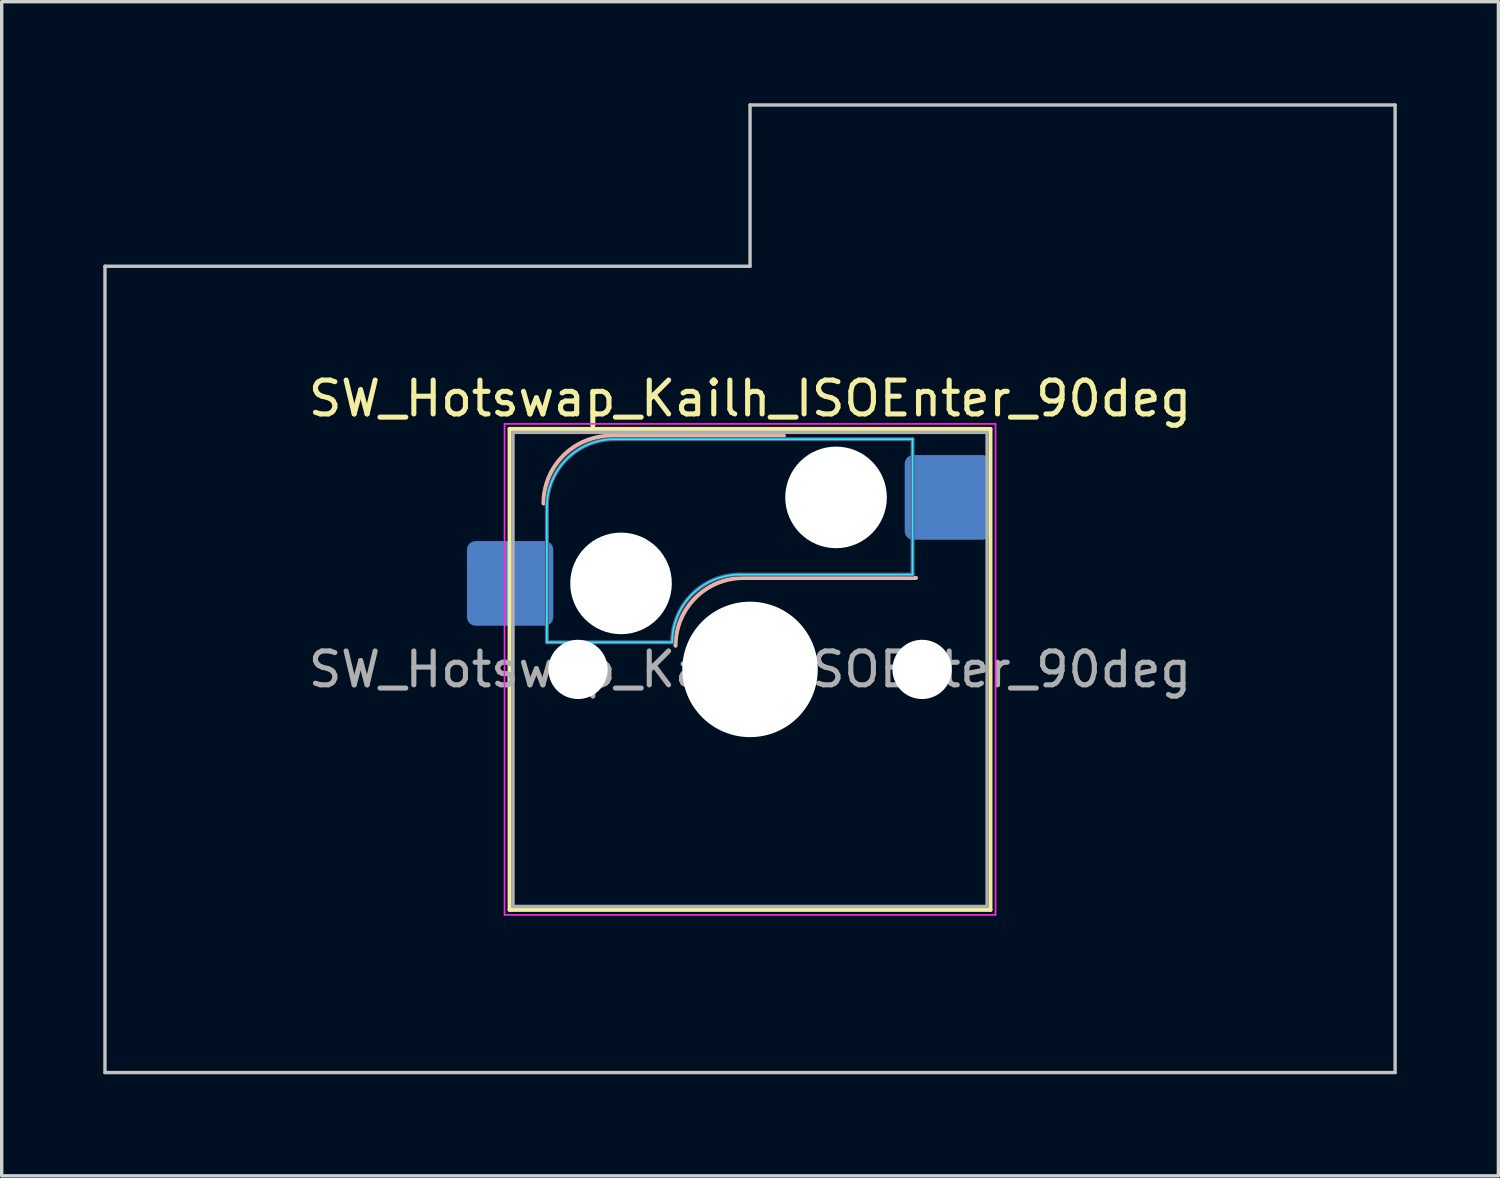
<source format=kicad_pcb>
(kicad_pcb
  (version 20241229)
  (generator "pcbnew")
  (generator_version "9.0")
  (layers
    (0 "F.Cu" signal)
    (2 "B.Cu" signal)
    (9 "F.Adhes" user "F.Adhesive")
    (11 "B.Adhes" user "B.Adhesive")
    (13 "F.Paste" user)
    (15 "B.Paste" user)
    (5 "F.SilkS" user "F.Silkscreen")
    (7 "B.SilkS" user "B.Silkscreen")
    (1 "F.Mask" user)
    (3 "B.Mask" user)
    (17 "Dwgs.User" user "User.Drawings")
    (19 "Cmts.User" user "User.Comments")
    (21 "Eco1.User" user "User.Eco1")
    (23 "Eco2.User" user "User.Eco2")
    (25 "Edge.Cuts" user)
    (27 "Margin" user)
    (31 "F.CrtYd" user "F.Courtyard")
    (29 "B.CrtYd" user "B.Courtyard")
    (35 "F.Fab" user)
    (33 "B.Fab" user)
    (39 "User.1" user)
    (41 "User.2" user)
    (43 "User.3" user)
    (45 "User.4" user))
  (footprint "SW_Hotswap_Kailh_ISOEnter_90deg"
    (layer "F.Cu")
    (at 19.1 16.719)
    (property "Reference" "SW_Hotswap_Kailh_ISOEnter_90deg" (at 0 -8 0) (layer "F.SilkS") (effects (font (size 1 1) (thickness 0.15))))
    (attr smd)
    (fp_line (start -7.1 -7.1) (end -7.1 7.1) (stroke (width 0.12) (type solid)) (layer "F.SilkS"))
    (fp_line (start -7.1 7.1) (end 7.1 7.1) (stroke (width 0.12) (type solid)) (layer "F.SilkS"))
    (fp_line (start 7.1 -7.1) (end -7.1 -7.1) (stroke (width 0.12) (type solid)) (layer "F.SilkS"))
    (fp_line (start 7.1 7.1) (end 7.1 -7.1) (stroke (width 0.12) (type solid)) (layer "F.SilkS"))
    (fp_line (start -4.1 -6.9) (end 1 -6.9) (stroke (width 0.12) (type solid)) (layer "B.SilkS"))
    (fp_line (start -0.2 -2.7) (end 4.9 -2.7) (stroke (width 0.12) (type solid)) (layer "B.SilkS"))
    (fp_arc (start -6.1 -4.9) (mid -5.514214 -6.314214) (end -4.1 -6.9) (stroke (width 0.12) (type solid)) (layer "B.SilkS"))
    (fp_arc (start -2.2 -0.7) (mid -1.614214 -2.114214) (end -0.2 -2.7) (stroke (width 0.12) (type solid)) (layer "B.SilkS"))
    (fp_line (start -19.05 -11.906) (end -19.05 11.906) (stroke (width 0.1) (type solid)) (layer "Dwgs.User"))
    (fp_line (start -19.05 11.906) (end 19.05 11.906) (stroke (width 0.1) (type solid)) (layer "Dwgs.User"))
    (fp_line (start 0 -16.669) (end 0 -11.906) (stroke (width 0.1) (type solid)) (layer "Dwgs.User"))
    (fp_line (start 0 -11.906) (end -19.05 -11.906) (stroke (width 0.1) (type solid)) (layer "Dwgs.User"))
    (fp_line (start 19.05 -16.669) (end 0 -16.669) (stroke (width 0.1) (type solid)) (layer "Dwgs.User"))
    (fp_line (start 19.05 11.906) (end 19.05 -16.669) (stroke (width 0.1) (type solid)) (layer "Dwgs.User"))
    (fp_line (start -7.8 -6) (end -7 -6) (stroke (width 0.1) (type solid)) (layer "Eco1.User"))
    (fp_line (start -7.8 -2.9) (end -7.8 -6) (stroke (width 0.1) (type solid)) (layer "Eco1.User"))
    (fp_line (start -7.8 2.9) (end -7 2.9) (stroke (width 0.1) (type solid)) (layer "Eco1.User"))
    (fp_line (start -7.8 6) (end -7.8 2.9) (stroke (width 0.1) (type solid)) (layer "Eco1.User"))
    (fp_line (start -7 -7) (end 7 -7) (stroke (width 0.1) (type solid)) (layer "Eco1.User"))
    (fp_line (start -7 -6) (end -7 -7) (stroke (width 0.1) (type solid)) (layer "Eco1.User"))
    (fp_line (start -7 -2.9) (end -7.8 -2.9) (stroke (width 0.1) (type solid)) (layer "Eco1.User"))
    (fp_line (start -7 2.9) (end -7 -2.9) (stroke (width 0.1) (type solid)) (layer "Eco1.User"))
    (fp_line (start -7 6) (end -7.8 6) (stroke (width 0.1) (type solid)) (layer "Eco1.User"))
    (fp_line (start -7 7) (end -7 6) (stroke (width 0.1) (type solid)) (layer "Eco1.User"))
    (fp_line (start 7 -7) (end 7 -6) (stroke (width 0.1) (type solid)) (layer "Eco1.User"))
    (fp_line (start 7 -6) (end 7.8 -6) (stroke (width 0.1) (type solid)) (layer "Eco1.User"))
    (fp_line (start 7 -2.9) (end 7 2.9) (stroke (width 0.1) (type solid)) (layer "Eco1.User"))
    (fp_line (start 7 2.9) (end 7.8 2.9) (stroke (width 0.1) (type solid)) (layer "Eco1.User"))
    (fp_line (start 7 6) (end 7 7) (stroke (width 0.1) (type solid)) (layer "Eco1.User"))
    (fp_line (start 7 7) (end -7 7) (stroke (width 0.1) (type solid)) (layer "Eco1.User"))
    (fp_line (start 7.8 -6) (end 7.8 -2.9) (stroke (width 0.1) (type solid)) (layer "Eco1.User"))
    (fp_line (start 7.8 -2.9) (end 7 -2.9) (stroke (width 0.1) (type solid)) (layer "Eco1.User"))
    (fp_line (start 7.8 2.9) (end 7.8 6) (stroke (width 0.1) (type solid)) (layer "Eco1.User"))
    (fp_line (start 7.8 6) (end 7 6) (stroke (width 0.1) (type solid)) (layer "Eco1.User"))
    (fp_line (start -6 -0.8) (end -6 -4.8) (stroke (width 0.05) (type solid)) (layer "B.CrtYd"))
    (fp_line (start -6 -0.8) (end -2.3 -0.8) (stroke (width 0.05) (type solid)) (layer "B.CrtYd"))
    (fp_line (start -4 -6.8) (end 4.8 -6.8) (stroke (width 0.05) (type solid)) (layer "B.CrtYd"))
    (fp_line (start -0.3 -2.8) (end 4.8 -2.8) (stroke (width 0.05) (type solid)) (layer "B.CrtYd"))
    (fp_line (start 4.8 -6.8) (end 4.8 -2.8) (stroke (width 0.05) (type solid)) (layer "B.CrtYd"))
    (fp_arc (start -6 -4.8) (mid -5.414214 -6.214214) (end -4 -6.8) (stroke (width 0.05) (type solid)) (layer "B.CrtYd"))
    (fp_arc (start -2.3 -0.8) (mid -1.714214 -2.214214) (end -0.3 -2.8) (stroke (width 0.05) (type solid)) (layer "B.CrtYd"))
    (fp_line (start -7.25 -7.25) (end -7.25 7.25) (stroke (width 0.05) (type solid)) (layer "F.CrtYd"))
    (fp_line (start -7.25 7.25) (end 7.25 7.25) (stroke (width 0.05) (type solid)) (layer "F.CrtYd"))
    (fp_line (start 7.25 -7.25) (end -7.25 -7.25) (stroke (width 0.05) (type solid)) (layer "F.CrtYd"))
    (fp_line (start 7.25 7.25) (end 7.25 -7.25) (stroke (width 0.05) (type solid)) (layer "F.CrtYd"))
    (fp_line (start -6 -0.8) (end -6 -4.8) (stroke (width 0.12) (type solid)) (layer "B.Fab"))
    (fp_line (start -6 -0.8) (end -2.3 -0.8) (stroke (width 0.12) (type solid)) (layer "B.Fab"))
    (fp_line (start -4 -6.8) (end 4.8 -6.8) (stroke (width 0.12) (type solid)) (layer "B.Fab"))
    (fp_line (start -0.3 -2.8) (end 4.8 -2.8) (stroke (width 0.12) (type solid)) (layer "B.Fab"))
    (fp_line (start 4.8 -6.8) (end 4.8 -2.8) (stroke (width 0.12) (type solid)) (layer "B.Fab"))
    (fp_arc (start -6 -4.8) (mid -5.414214 -6.214214) (end -4 -6.8) (stroke (width 0.12) (type solid)) (layer "B.Fab"))
    (fp_arc (start -2.3 -0.8) (mid -1.714214 -2.214214) (end -0.3 -2.8) (stroke (width 0.12) (type solid)) (layer "B.Fab"))
    (fp_line (start -7 -7) (end -7 7) (stroke (width 0.1) (type solid)) (layer "F.Fab"))
    (fp_line (start -7 7) (end 7 7) (stroke (width 0.1) (type solid)) (layer "F.Fab"))
    (fp_line (start 7 -7) (end -7 -7) (stroke (width 0.1) (type solid)) (layer "F.Fab"))
    (fp_line (start 7 7) (end 7 -7) (stroke (width 0.1) (type solid)) (layer "F.Fab"))
    (fp_text user "${REFERENCE}" (at 0 0 0) (layer "F.Fab") (effects (font (size 1 1) (thickness 0.15))))
    (pad "" np_thru_hole circle (at -5.08 0) (size 1.75 1.75) (drill 1.75) (layers "*.Cu" "*.Mask"))
    (pad "" np_thru_hole circle (at -3.81 -2.54) (size 3 3) (drill 3) (layers "*.Cu" "*.Mask"))
    (pad "" np_thru_hole circle (at 0 0) (size 4 4) (drill 4) (layers "*.Cu" "*.Mask"))
    (pad "" np_thru_hole circle (at 2.54 -5.08) (size 3 3) (drill 3) (layers "*.Cu" "*.Mask"))
    (pad "" np_thru_hole circle (at 5.08 0) (size 1.75 1.75) (drill 1.75) (layers "*.Cu" "*.Mask"))
    (pad "1" smd roundrect (at -7.085 -2.54) (size 2.55 2.5) (layers "B.Cu" "B.Mask" "B.Paste") (roundrect_rratio 0.1))
    (pad "2" smd roundrect (at 5.842 -5.08) (size 2.55 2.5) (layers "B.Cu" "B.Mask" "B.Paste") (roundrect_rratio 0.1)))
  (gr_rect
    (start -3 -3)
    (end 41.2 31.675)
    (stroke (width 0.1) (type default))
    (fill no)
    (layer "Edge.Cuts")))
</source>
